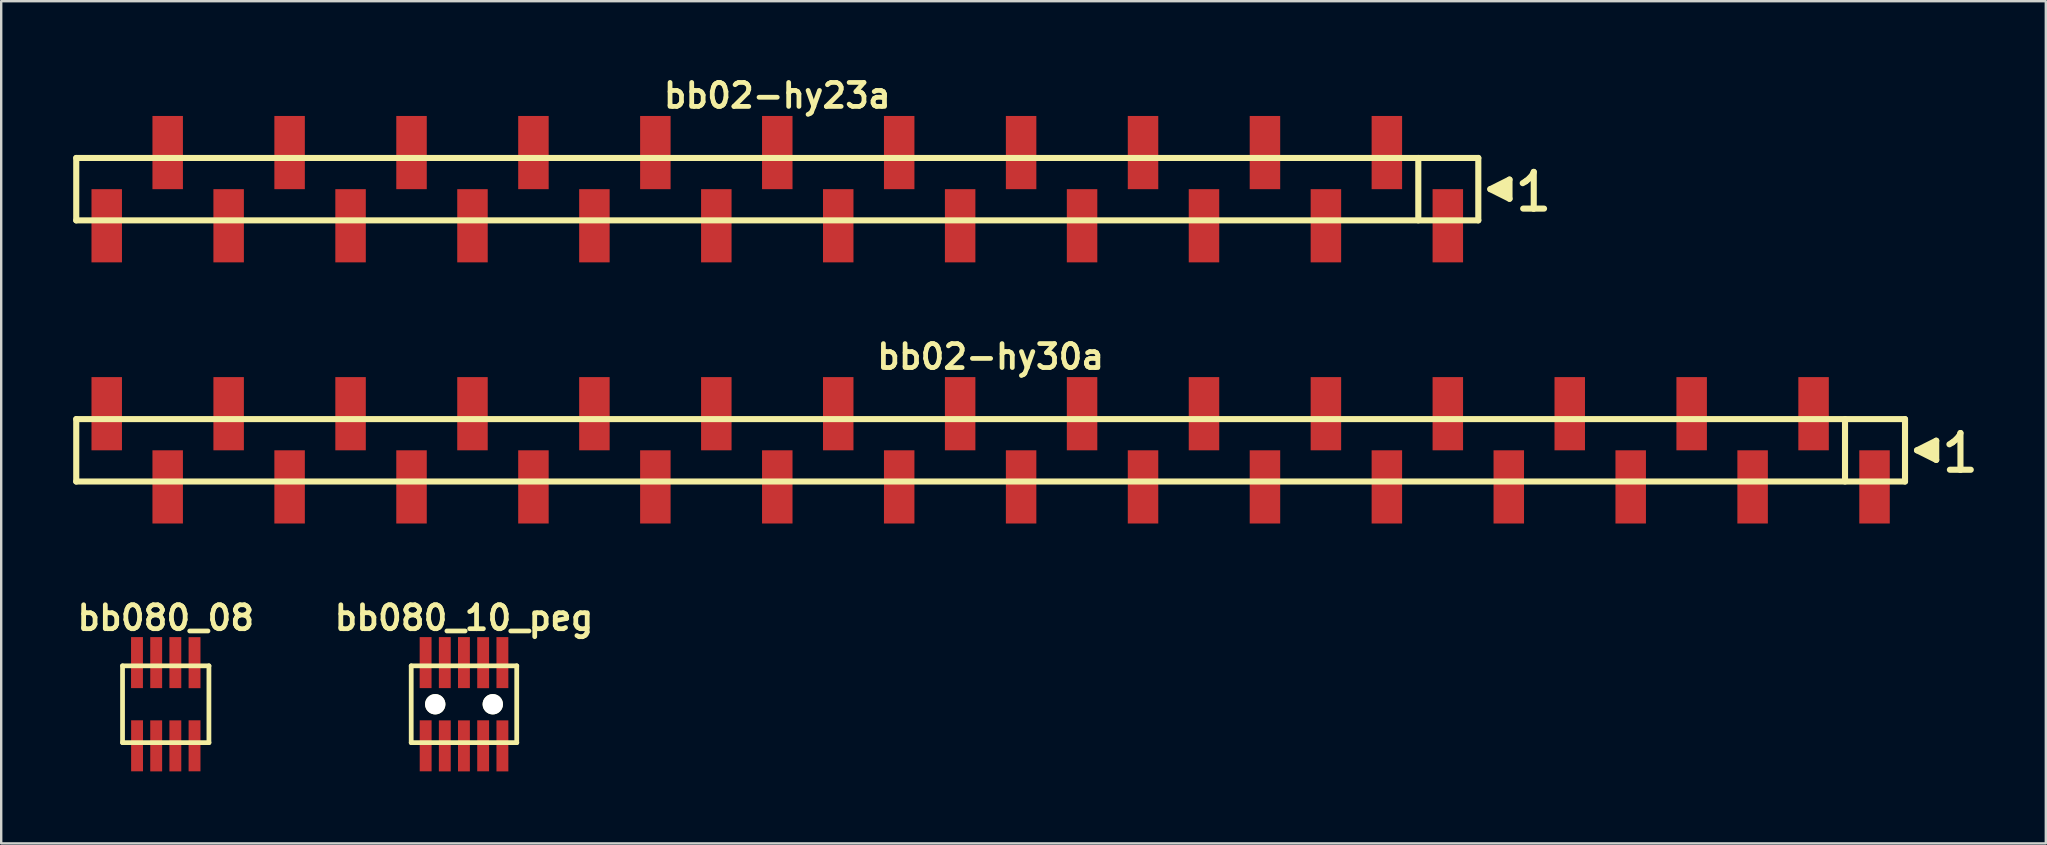
<source format=kicad_pcb>
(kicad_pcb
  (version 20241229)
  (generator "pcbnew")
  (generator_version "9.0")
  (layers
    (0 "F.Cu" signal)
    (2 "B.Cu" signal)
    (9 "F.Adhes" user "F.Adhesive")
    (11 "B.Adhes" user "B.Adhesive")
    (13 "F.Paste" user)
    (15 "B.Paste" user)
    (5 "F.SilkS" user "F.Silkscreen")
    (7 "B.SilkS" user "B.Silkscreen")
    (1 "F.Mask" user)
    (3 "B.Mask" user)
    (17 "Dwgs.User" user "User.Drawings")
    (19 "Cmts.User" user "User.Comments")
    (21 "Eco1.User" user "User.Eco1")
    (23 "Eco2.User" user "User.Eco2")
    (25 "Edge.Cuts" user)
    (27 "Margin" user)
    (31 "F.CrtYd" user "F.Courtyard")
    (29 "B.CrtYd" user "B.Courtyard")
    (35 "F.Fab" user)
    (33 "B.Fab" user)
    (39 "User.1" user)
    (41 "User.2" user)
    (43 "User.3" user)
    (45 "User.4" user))
  (footprint "bb080_10_peg"
    (layer "F.Cu")
    (at 16.284 26.294)
    (property "Reference" "bb080_10_peg" (at 0 -3.599 0) (layer "F.SilkS") (effects (font (size 0.998 0.998) (thickness 0.198))))
    (attr through_hole)
    (fp_line (start -2.2 -1.6) (end -2.2 1.6) (stroke (width 0.198) (type solid)) (layer "F.SilkS"))
    (fp_line (start -2.2 -1.6) (end 2.2 -1.6) (stroke (width 0.198) (type solid)) (layer "F.SilkS"))
    (fp_line (start 2.197 1.6) (end 2.197 -1.6) (stroke (width 0.198) (type solid)) (layer "F.SilkS"))
    (fp_line (start 2.2 1.6) (end -2.2 1.6) (stroke (width 0.198) (type solid)) (layer "F.SilkS"))
    (pad "" np_thru_hole circle (at -1.199 0) (size 0.848 0.848) (drill 0.848) (layers "*.Cu" "*.Mask" "F.SilkS"))
    (pad "" np_thru_hole circle (at 1.199 0) (size 0.848 0.848) (drill 0.848) (layers "*.Cu" "*.Mask" "F.SilkS"))
    (pad "1" smd rect (at -1.598 1.732) (size 0.495 2.126) (layers "F.Cu" "F.Mask" "F.Paste"))
    (pad "2" smd rect (at -1.6 -1.735) (size 0.495 2.126) (layers "F.Cu" "F.Mask" "F.Paste"))
    (pad "3" smd rect (at -0.8 1.735) (size 0.495 2.126) (layers "F.Cu" "F.Mask" "F.Paste"))
    (pad "4" smd rect (at -0.8 -1.735) (size 0.495 2.126) (layers "F.Cu" "F.Mask" "F.Paste"))
    (pad "5" smd rect (at -0.003 1.735) (size 0.495 2.126) (layers "F.Cu" "F.Mask" "F.Paste"))
    (pad "6" smd rect (at -0.003 -1.735) (size 0.495 2.126) (layers "F.Cu" "F.Mask" "F.Paste"))
    (pad "7" smd rect (at 0.798 1.732) (size 0.495 2.126) (layers "F.Cu" "F.Mask" "F.Paste"))
    (pad "8" smd rect (at 0.798 -1.732) (size 0.495 2.126) (layers "F.Cu" "F.Mask" "F.Paste"))
    (pad "9" smd rect (at 1.6 1.735) (size 0.495 2.126) (layers "F.Cu" "F.Mask" "F.Paste"))
    (pad "10" smd rect (at 1.6 -1.735) (size 0.495 2.126) (layers "F.Cu" "F.Mask" "F.Paste")))
  (footprint "bb080_08"
    (layer "F.Cu")
    (at 3.857 26.294)
    (property "Reference" "bb080_08" (at 0 -3.599 0) (layer "F.SilkS") (effects (font (size 0.998 0.998) (thickness 0.198))))
    (attr through_hole)
    (fp_line (start -1.801 -1.6) (end -1.801 1.6) (stroke (width 0.198) (type solid)) (layer "F.SilkS"))
    (fp_line (start -1.801 -1.6) (end 1.801 -1.6) (stroke (width 0.198) (type solid)) (layer "F.SilkS"))
    (fp_line (start -1.801 1.6) (end 1.801 1.6) (stroke (width 0.198) (type solid)) (layer "F.SilkS"))
    (fp_line (start 1.798 1.6) (end 1.798 -1.6) (stroke (width 0.198) (type solid)) (layer "F.SilkS"))
    (pad "1" smd rect (at -1.196 1.732) (size 0.495 2.126) (layers "F.Cu" "F.Mask" "F.Paste"))
    (pad "2" smd rect (at -1.199 -1.735) (size 0.495 2.126) (layers "F.Cu" "F.Mask" "F.Paste"))
    (pad "3" smd rect (at -0.399 1.735) (size 0.495 2.126) (layers "F.Cu" "F.Mask" "F.Paste"))
    (pad "4" smd rect (at -0.399 -1.735) (size 0.495 2.126) (layers "F.Cu" "F.Mask" "F.Paste"))
    (pad "5" smd rect (at 0.399 1.735) (size 0.495 2.126) (layers "F.Cu" "F.Mask" "F.Paste"))
    (pad "6" smd rect (at 0.399 -1.735) (size 0.495 2.126) (layers "F.Cu" "F.Mask" "F.Paste"))
    (pad "7" smd rect (at 1.199 1.732) (size 0.495 2.126) (layers "F.Cu" "F.Mask" "F.Paste"))
    (pad "8" smd rect (at 1.199 -1.732) (size 0.495 2.126) (layers "F.Cu" "F.Mask" "F.Paste")))
  (footprint "bb02-hy30a"
    (layer "F.Cu")
    (at 38.227 15.713)
    (property "Reference" "bb02-hy30a" (at 0 -3.9 0) (layer "F.SilkS") (effects (font (size 0.998 0.998) (thickness 0.198))))
    (attr through_hole)
    (fp_line (start -38.1 -1.3) (end 38.1 -1.3) (stroke (width 0.254) (type solid)) (layer "F.SilkS"))
    (fp_line (start -38.1 1.3) (end -38.1 -1.3) (stroke (width 0.254) (type solid)) (layer "F.SilkS"))
    (fp_line (start 35.6 1.3) (end 35.6 -1.3) (stroke (width 0.254) (type solid)) (layer "F.SilkS"))
    (fp_line (start 38.1 -1.3) (end 38.1 1.3) (stroke (width 0.254) (type solid)) (layer "F.SilkS"))
    (fp_line (start 38.1 1.3) (end -38.1 1.3) (stroke (width 0.254) (type solid)) (layer "F.SilkS"))
    (fp_line (start 38.6 0) (end 39.4 0.4) (stroke (width 0.254) (type solid)) (layer "F.SilkS"))
    (fp_line (start 38.9 0.1) (end 38.9 -0.1) (stroke (width 0.254) (type solid)) (layer "F.SilkS"))
    (fp_line (start 39 -0.1) (end 39 0.1) (stroke (width 0.254) (type solid)) (layer "F.SilkS"))
    (fp_line (start 39.1 0.2) (end 39.1 -0.2) (stroke (width 0.254) (type solid)) (layer "F.SilkS"))
    (fp_line (start 39.2 -0.2) (end 39.2 0.2) (stroke (width 0.254) (type solid)) (layer "F.SilkS"))
    (fp_line (start 39.3 0.3) (end 39.3 -0.3) (stroke (width 0.254) (type solid)) (layer "F.SilkS"))
    (fp_line (start 39.4 -0.4) (end 38.6 0) (stroke (width 0.254) (type solid)) (layer "F.SilkS"))
    (fp_line (start 39.4 0.4) (end 39.4 -0.4) (stroke (width 0.254) (type solid)) (layer "F.SilkS"))
    (fp_line (start 39.95 -0.25) (end 40.08 -0.33) (stroke (width 0.254) (type solid)) (layer "F.SilkS"))
    (fp_line (start 40.08 -0.33) (end 40.24 -0.46) (stroke (width 0.254) (type solid)) (layer "F.SilkS"))
    (fp_line (start 40.24 -0.46) (end 40.38 -0.63) (stroke (width 0.254) (type solid)) (layer "F.SilkS"))
    (fp_line (start 40.38 -0.63) (end 40.41 -0.72) (stroke (width 0.254) (type solid)) (layer "F.SilkS"))
    (fp_line (start 40.41 -0.72) (end 40.41 0.81) (stroke (width 0.254) (type solid)) (layer "F.SilkS"))
    (fp_line (start 40.41 0.81) (end 39.97 0.81) (stroke (width 0.254) (type solid)) (layer "F.SilkS"))
    (fp_line (start 40.84 0.81) (end 40.4 0.81) (stroke (width 0.254) (type solid)) (layer "F.SilkS"))
    (pad "1" smd rect (at 36.83 1.525) (size 1.27 3.05) (layers "F.Cu" "F.Mask" "F.Paste"))
    (pad "2" smd rect (at 34.29 -1.525) (size 1.27 3.05) (layers "F.Cu" "F.Mask" "F.Paste"))
    (pad "3" smd rect (at 31.75 1.525) (size 1.27 3.05) (layers "F.Cu" "F.Mask" "F.Paste"))
    (pad "4" smd rect (at 29.21 -1.525) (size 1.27 3.05) (layers "F.Cu" "F.Mask" "F.Paste"))
    (pad "5" smd rect (at 26.67 1.525) (size 1.27 3.05) (layers "F.Cu" "F.Mask" "F.Paste"))
    (pad "6" smd rect (at 24.13 -1.525) (size 1.27 3.05) (layers "F.Cu" "F.Mask" "F.Paste"))
    (pad "7" smd rect (at 21.59 1.525) (size 1.27 3.05) (layers "F.Cu" "F.Mask" "F.Paste"))
    (pad "8" smd rect (at 19.05 -1.525) (size 1.27 3.05) (layers "F.Cu" "F.Mask" "F.Paste"))
    (pad "9" smd rect (at 16.51 1.525) (size 1.27 3.05) (layers "F.Cu" "F.Mask" "F.Paste"))
    (pad "10" smd rect (at 13.97 -1.525) (size 1.27 3.05) (layers "F.Cu" "F.Mask" "F.Paste"))
    (pad "11" smd rect (at 11.43 1.525) (size 1.27 3.05) (layers "F.Cu" "F.Mask" "F.Paste"))
    (pad "12" smd rect (at 8.89 -1.525) (size 1.27 3.05) (layers "F.Cu" "F.Mask" "F.Paste"))
    (pad "13" smd rect (at 6.35 1.525) (size 1.27 3.05) (layers "F.Cu" "F.Mask" "F.Paste"))
    (pad "14" smd rect (at 3.81 -1.525) (size 1.27 3.05) (layers "F.Cu" "F.Mask" "F.Paste"))
    (pad "15" smd rect (at 1.27 1.525) (size 1.27 3.05) (layers "F.Cu" "F.Mask" "F.Paste"))
    (pad "16" smd rect (at -1.27 -1.525) (size 1.27 3.05) (layers "F.Cu" "F.Mask" "F.Paste"))
    (pad "17" smd rect (at -3.81 1.525) (size 1.27 3.05) (layers "F.Cu" "F.Mask" "F.Paste"))
    (pad "18" smd rect (at -6.35 -1.525) (size 1.27 3.05) (layers "F.Cu" "F.Mask" "F.Paste"))
    (pad "19" smd rect (at -8.89 1.525) (size 1.27 3.05) (layers "F.Cu" "F.Mask" "F.Paste"))
    (pad "20" smd rect (at -11.43 -1.525) (size 1.27 3.05) (layers "F.Cu" "F.Mask" "F.Paste"))
    (pad "21" smd rect (at -13.97 1.525) (size 1.27 3.05) (layers "F.Cu" "F.Mask" "F.Paste"))
    (pad "22" smd rect (at -16.51 -1.525) (size 1.27 3.05) (layers "F.Cu" "F.Mask" "F.Paste"))
    (pad "23" smd rect (at -19.05 1.525) (size 1.27 3.05) (layers "F.Cu" "F.Mask" "F.Paste"))
    (pad "24" smd rect (at -21.59 -1.525) (size 1.27 3.05) (layers "F.Cu" "F.Mask" "F.Paste"))
    (pad "25" smd rect (at -24.13 1.525) (size 1.27 3.05) (layers "F.Cu" "F.Mask" "F.Paste"))
    (pad "26" smd rect (at -26.67 -1.525) (size 1.27 3.05) (layers "F.Cu" "F.Mask" "F.Paste"))
    (pad "27" smd rect (at -29.21 1.525) (size 1.27 3.05) (layers "F.Cu" "F.Mask" "F.Paste"))
    (pad "28" smd rect (at -31.75 -1.525) (size 1.27 3.05) (layers "F.Cu" "F.Mask" "F.Paste"))
    (pad "29" smd rect (at -34.29 1.525) (size 1.27 3.05) (layers "F.Cu" "F.Mask" "F.Paste"))
    (pad "30" smd rect (at -36.83 -1.525) (size 1.27 3.05) (layers "F.Cu" "F.Mask" "F.Paste")))
  (footprint "bb02-hy23a"
    (layer "F.Cu")
    (at 29.337 4.832)
    (property "Reference" "bb02-hy23a" (at 0 -3.9 0) (layer "F.SilkS") (effects (font (size 0.998 0.998) (thickness 0.198))))
    (attr through_hole)
    (fp_line (start -29.21 -1.3) (end 29.21 -1.3) (stroke (width 0.254) (type solid)) (layer "F.SilkS"))
    (fp_line (start -29.21 1.3) (end -29.21 -1.3) (stroke (width 0.254) (type solid)) (layer "F.SilkS"))
    (fp_line (start 26.71 1.3) (end 26.71 -1.3) (stroke (width 0.254) (type solid)) (layer "F.SilkS"))
    (fp_line (start 29.21 -1.3) (end 29.21 1.3) (stroke (width 0.254) (type solid)) (layer "F.SilkS"))
    (fp_line (start 29.21 1.3) (end -29.21 1.3) (stroke (width 0.254) (type solid)) (layer "F.SilkS"))
    (fp_line (start 29.71 0) (end 30.51 0.4) (stroke (width 0.254) (type solid)) (layer "F.SilkS"))
    (fp_line (start 30.01 0.1) (end 30.01 -0.1) (stroke (width 0.254) (type solid)) (layer "F.SilkS"))
    (fp_line (start 30.11 -0.1) (end 30.11 0.1) (stroke (width 0.254) (type solid)) (layer "F.SilkS"))
    (fp_line (start 30.21 0.2) (end 30.21 -0.2) (stroke (width 0.254) (type solid)) (layer "F.SilkS"))
    (fp_line (start 30.31 -0.2) (end 30.31 0.2) (stroke (width 0.254) (type solid)) (layer "F.SilkS"))
    (fp_line (start 30.41 0.3) (end 30.41 -0.3) (stroke (width 0.254) (type solid)) (layer "F.SilkS"))
    (fp_line (start 30.51 -0.4) (end 29.71 0) (stroke (width 0.254) (type solid)) (layer "F.SilkS"))
    (fp_line (start 30.51 0.4) (end 30.51 -0.4) (stroke (width 0.254) (type solid)) (layer "F.SilkS"))
    (fp_line (start 31.06 -0.25) (end 31.19 -0.33) (stroke (width 0.254) (type solid)) (layer "F.SilkS"))
    (fp_line (start 31.19 -0.33) (end 31.35 -0.46) (stroke (width 0.254) (type solid)) (layer "F.SilkS"))
    (fp_line (start 31.35 -0.46) (end 31.49 -0.63) (stroke (width 0.254) (type solid)) (layer "F.SilkS"))
    (fp_line (start 31.49 -0.63) (end 31.52 -0.72) (stroke (width 0.254) (type solid)) (layer "F.SilkS"))
    (fp_line (start 31.52 -0.72) (end 31.52 0.81) (stroke (width 0.254) (type solid)) (layer "F.SilkS"))
    (fp_line (start 31.52 0.81) (end 31.08 0.81) (stroke (width 0.254) (type solid)) (layer "F.SilkS"))
    (fp_line (start 31.95 0.81) (end 31.51 0.81) (stroke (width 0.254) (type solid)) (layer "F.SilkS"))
    (pad "1" smd rect (at 27.94 1.525) (size 1.27 3.05) (layers "F.Cu" "F.Mask" "F.Paste"))
    (pad "2" smd rect (at 25.4 -1.525) (size 1.27 3.05) (layers "F.Cu" "F.Mask" "F.Paste"))
    (pad "3" smd rect (at 22.86 1.525) (size 1.27 3.05) (layers "F.Cu" "F.Mask" "F.Paste"))
    (pad "4" smd rect (at 20.32 -1.525) (size 1.27 3.05) (layers "F.Cu" "F.Mask" "F.Paste"))
    (pad "5" smd rect (at 17.78 1.525) (size 1.27 3.05) (layers "F.Cu" "F.Mask" "F.Paste"))
    (pad "6" smd rect (at 15.24 -1.525) (size 1.27 3.05) (layers "F.Cu" "F.Mask" "F.Paste"))
    (pad "7" smd rect (at 12.7 1.525) (size 1.27 3.05) (layers "F.Cu" "F.Mask" "F.Paste"))
    (pad "8" smd rect (at 10.16 -1.525) (size 1.27 3.05) (layers "F.Cu" "F.Mask" "F.Paste"))
    (pad "9" smd rect (at 7.62 1.525) (size 1.27 3.05) (layers "F.Cu" "F.Mask" "F.Paste"))
    (pad "10" smd rect (at 5.08 -1.525) (size 1.27 3.05) (layers "F.Cu" "F.Mask" "F.Paste"))
    (pad "11" smd rect (at 2.54 1.525) (size 1.27 3.05) (layers "F.Cu" "F.Mask" "F.Paste"))
    (pad "12" smd rect (at 0 -1.525) (size 1.27 3.05) (layers "F.Cu" "F.Mask" "F.Paste"))
    (pad "13" smd rect (at -2.54 1.525) (size 1.27 3.05) (layers "F.Cu" "F.Mask" "F.Paste"))
    (pad "14" smd rect (at -5.08 -1.525) (size 1.27 3.05) (layers "F.Cu" "F.Mask" "F.Paste"))
    (pad "15" smd rect (at -7.62 1.525) (size 1.27 3.05) (layers "F.Cu" "F.Mask" "F.Paste"))
    (pad "16" smd rect (at -10.16 -1.525) (size 1.27 3.05) (layers "F.Cu" "F.Mask" "F.Paste"))
    (pad "17" smd rect (at -12.7 1.525) (size 1.27 3.05) (layers "F.Cu" "F.Mask" "F.Paste"))
    (pad "18" smd rect (at -15.24 -1.525) (size 1.27 3.05) (layers "F.Cu" "F.Mask" "F.Paste"))
    (pad "19" smd rect (at -17.78 1.525) (size 1.27 3.05) (layers "F.Cu" "F.Mask" "F.Paste"))
    (pad "20" smd rect (at -20.32 -1.525) (size 1.27 3.05) (layers "F.Cu" "F.Mask" "F.Paste"))
    (pad "21" smd rect (at -22.86 1.525) (size 1.27 3.05) (layers "F.Cu" "F.Mask" "F.Paste"))
    (pad "22" smd rect (at -25.4 -1.525) (size 1.27 3.05) (layers "F.Cu" "F.Mask" "F.Paste"))
    (pad "23" smd rect (at -27.94 1.525) (size 1.27 3.05) (layers "F.Cu" "F.Mask" "F.Paste")))
  (gr_rect
    (start -3 -3)
    (end 82.194 32.092)
    (stroke (width 0.1) (type default))
    (fill no)
    (layer "Edge.Cuts")))
</source>
